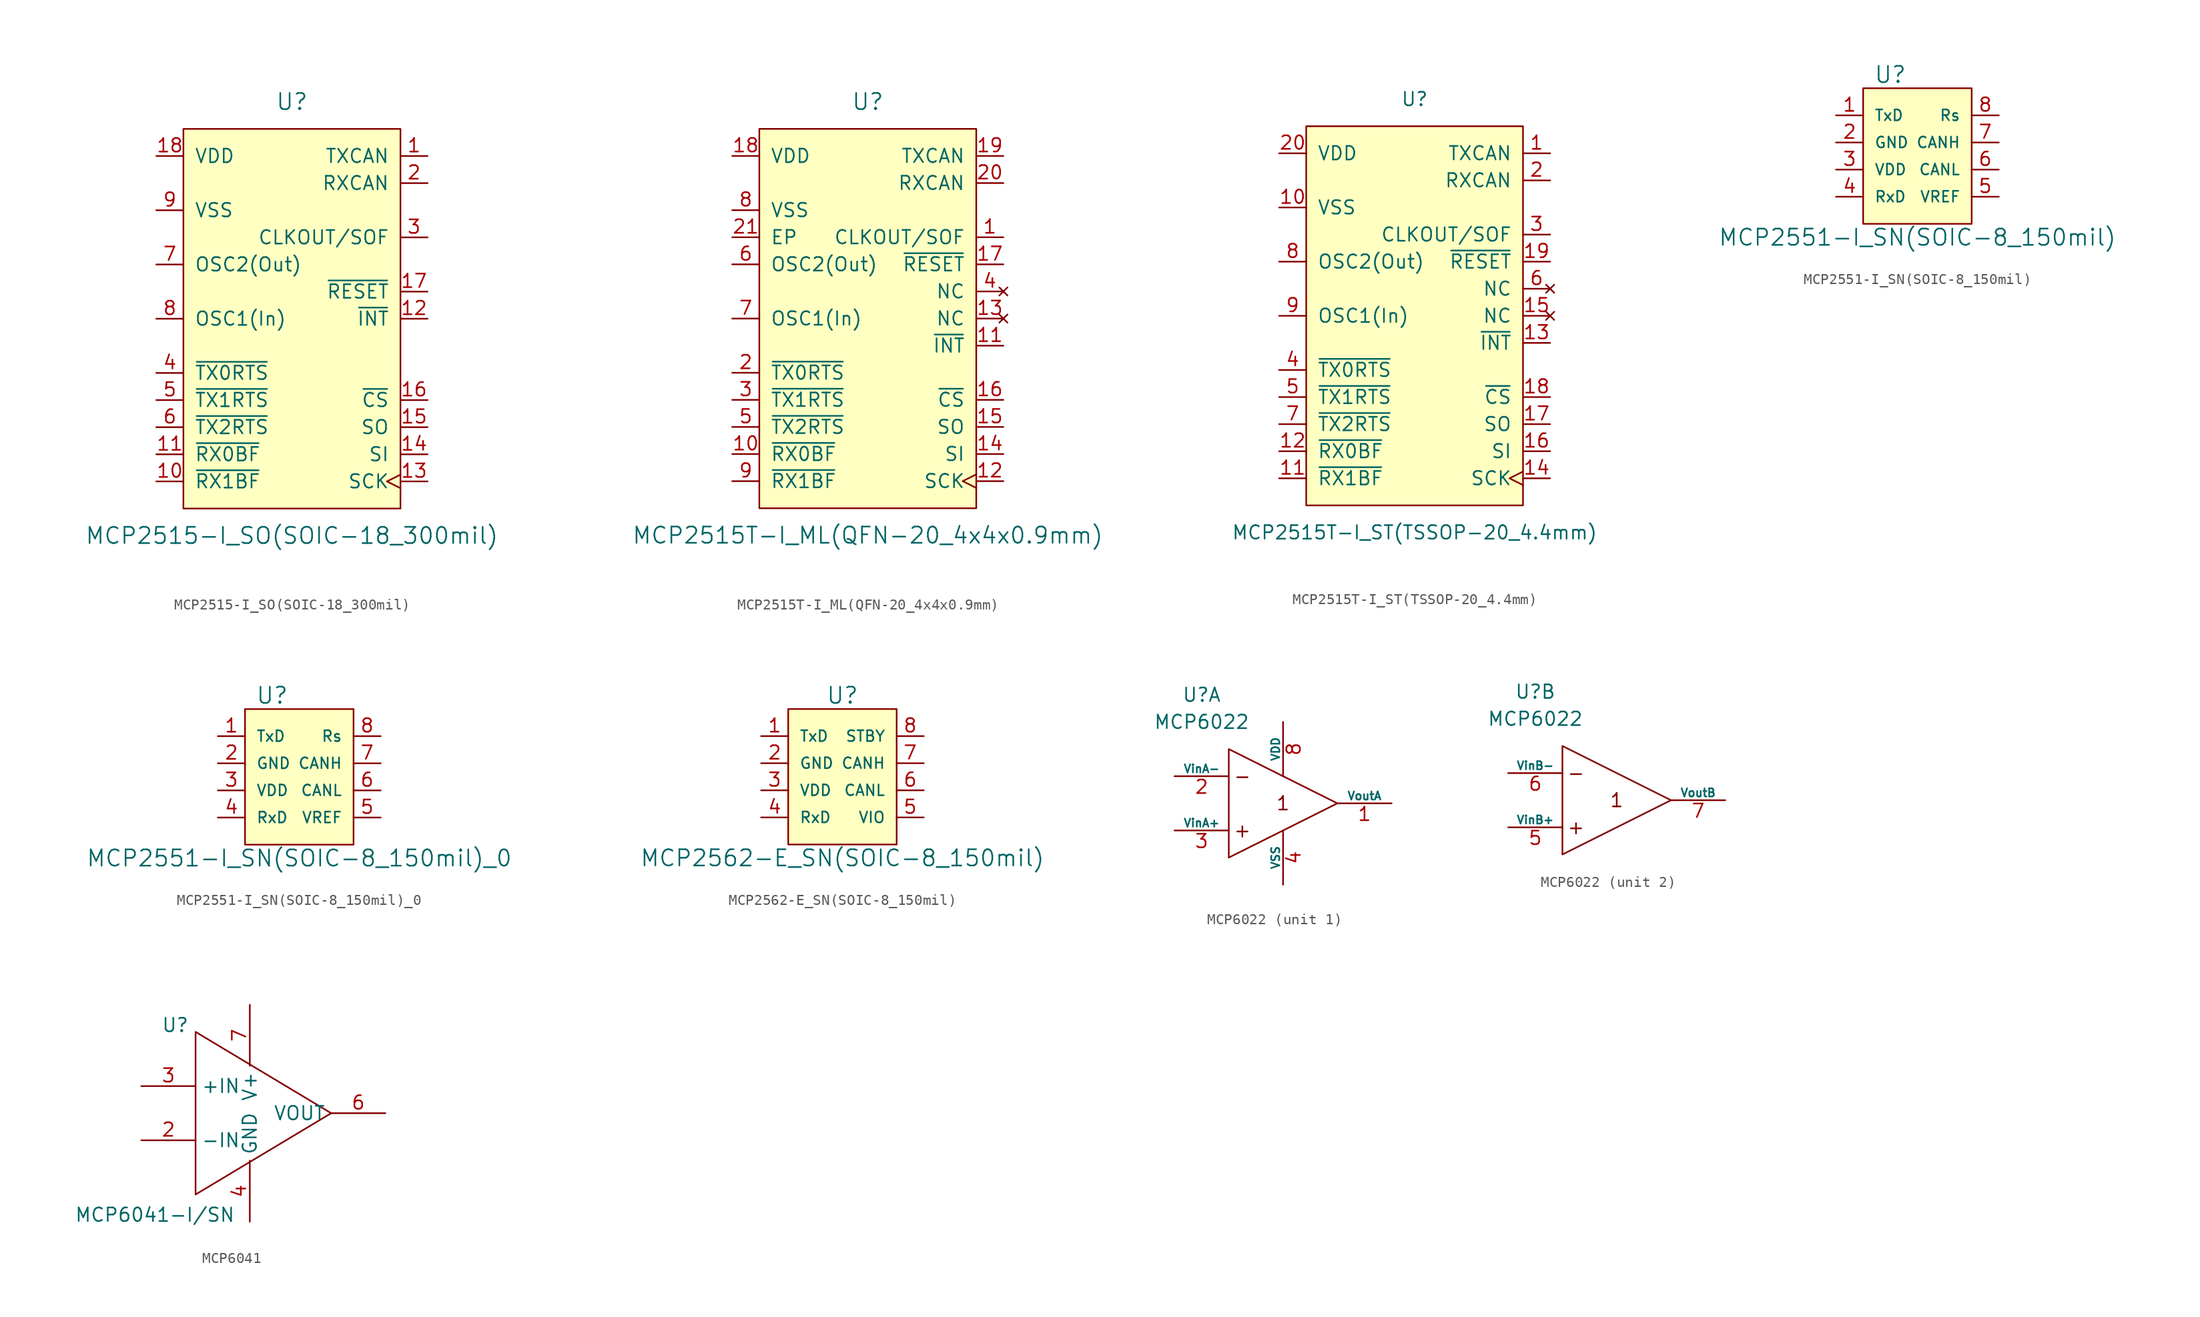
<source format=kicad_sym>
(kicad_symbol_lib
  (version 20220914)
  (generator kicad_symbol_editor)
  (symbol "MCP2515-I_SO(SOIC-18_300mil)"
    (pin_names
      (offset 1.016))
    (property "Reference" "U"
      (at 0 20.32 0)
      (effects (font (size 1.524 1.524))))
    (property "Value" "MCP2515-I_SO(SOIC-18_300mil)"
      (at 0 -20.32 0)
      (effects (font (size 1.524 1.524))))
    (symbol "MCP2515-I_SO(SOIC-18_300mil)_0_1"
      (rectangle (start -10.16 17.78) (end 10.16 -17.78) (stroke (width 0) (type solid)) (fill (type background))))
    (symbol "MCP2515-I_SO(SOIC-18_300mil)_1_1"
      (pin output line (at 12.7 15.24 180) (length 2.54) (name "TXCAN" (effects (font (size 1.27 1.27)))) (number "1" (effects (font (size 1.27 1.27)))))
      (pin output line (at -12.7 -15.24 0) (length 2.54) (name "~{RX1BF}" (effects (font (size 1.27 1.27)))) (number "10" (effects (font (size 1.27 1.27)))))
      (pin output line (at -12.7 -12.7 0) (length 2.54) (name "~{RX0BF}" (effects (font (size 1.27 1.27)))) (number "11" (effects (font (size 1.27 1.27)))))
      (pin output line (at 12.7 0 180) (length 2.54) (name "~{INT}" (effects (font (size 1.27 1.27)))) (number "12" (effects (font (size 1.27 1.27)))))
      (pin input clock (at 12.7 -15.24 180) (length 2.54) (name "SCK" (effects (font (size 1.27 1.27)))) (number "13" (effects (font (size 1.27 1.27)))))
      (pin input line (at 12.7 -12.7 180) (length 2.54) (name "SI" (effects (font (size 1.27 1.27)))) (number "14" (effects (font (size 1.27 1.27)))))
      (pin output line (at 12.7 -10.16 180) (length 2.54) (name "SO" (effects (font (size 1.27 1.27)))) (number "15" (effects (font (size 1.27 1.27)))))
      (pin input line (at 12.7 -7.62 180) (length 2.54) (name "~{CS}" (effects (font (size 1.27 1.27)))) (number "16" (effects (font (size 1.27 1.27)))))
      (pin input line (at 12.7 2.54 180) (length 2.54) (name "~{RESET}" (effects (font (size 1.27 1.27)))) (number "17" (effects (font (size 1.27 1.27)))))
      (pin power_in line (at -12.7 15.24 0) (length 2.54) (name "VDD" (effects (font (size 1.27 1.27)))) (number "18" (effects (font (size 1.27 1.27)))))
      (pin input line (at 12.7 12.7 180) (length 2.54) (name "RXCAN" (effects (font (size 1.27 1.27)))) (number "2" (effects (font (size 1.27 1.27)))))
      (pin output line (at 12.7 7.62 180) (length 2.54) (name "CLKOUT/SOF" (effects (font (size 1.27 1.27)))) (number "3" (effects (font (size 1.27 1.27)))))
      (pin input line (at -12.7 -5.08 0) (length 2.54) (name "~{TX0RTS}" (effects (font (size 1.27 1.27)))) (number "4" (effects (font (size 1.27 1.27)))))
      (pin input line (at -12.7 -7.62 0) (length 2.54) (name "~{TX1RTS}" (effects (font (size 1.27 1.27)))) (number "5" (effects (font (size 1.27 1.27)))))
      (pin input line (at -12.7 -10.16 0) (length 2.54) (name "~{TX2RTS}" (effects (font (size 1.27 1.27)))) (number "6" (effects (font (size 1.27 1.27)))))
      (pin output line (at -12.7 5.08 0) (length 2.54) (name "OSC2(Out)" (effects (font (size 1.27 1.27)))) (number "7" (effects (font (size 1.27 1.27)))))
      (pin input line (at -12.7 0 0) (length 2.54) (name "OSC1(In)" (effects (font (size 1.27 1.27)))) (number "8" (effects (font (size 1.27 1.27)))))
      (pin power_in line (at -12.7 10.16 0) (length 2.54) (name "VSS" (effects (font (size 1.27 1.27)))) (number "9" (effects (font (size 1.27 1.27)))))))
  (symbol "MCP2515T-I_ML(QFN-20_4x4x0.9mm)"
    (pin_names
      (offset 1.016))
    (property "Reference" "U"
      (at 0 20.32 0)
      (effects (font (size 1.524 1.524))))
    (property "Value" "MCP2515T-I_ML(QFN-20_4x4x0.9mm)"
      (at 0 -20.32 0)
      (effects (font (size 1.524 1.524))))
    (symbol "MCP2515T-I_ML(QFN-20_4x4x0.9mm)_1_1"
      (rectangle (start -10.16 17.78) (end 10.16 -17.78) (stroke (width 0) (type solid)) (fill (type background)))
      (pin output line (at 12.7 7.62 180) (length 2.54) (name "CLKOUT/SOF" (effects (font (size 1.27 1.27)))) (number "1" (effects (font (size 1.27 1.27)))))
      (pin output line (at -12.7 -12.7 0) (length 2.54) (name "~{RX0BF}" (effects (font (size 1.27 1.27)))) (number "10" (effects (font (size 1.27 1.27)))))
      (pin output line (at 12.7 -2.54 180) (length 2.54) (name "~{INT}" (effects (font (size 1.27 1.27)))) (number "11" (effects (font (size 1.27 1.27)))))
      (pin input clock (at 12.7 -15.24 180) (length 2.54) (name "SCK" (effects (font (size 1.27 1.27)))) (number "12" (effects (font (size 1.27 1.27)))))
      (pin no_connect line (at 12.7 0 180) (length 2.54) (name "NC" (effects (font (size 1.27 1.27)))) (number "13" (effects (font (size 1.27 1.27)))))
      (pin input line (at 12.7 -12.7 180) (length 2.54) (name "SI" (effects (font (size 1.27 1.27)))) (number "14" (effects (font (size 1.27 1.27)))))
      (pin output line (at 12.7 -10.16 180) (length 2.54) (name "SO" (effects (font (size 1.27 1.27)))) (number "15" (effects (font (size 1.27 1.27)))))
      (pin input line (at 12.7 -7.62 180) (length 2.54) (name "~{CS}" (effects (font (size 1.27 1.27)))) (number "16" (effects (font (size 1.27 1.27)))))
      (pin input line (at 12.7 5.08 180) (length 2.54) (name "~{RESET}" (effects (font (size 1.27 1.27)))) (number "17" (effects (font (size 1.27 1.27)))))
      (pin power_in line (at -12.7 15.24 0) (length 2.54) (name "VDD" (effects (font (size 1.27 1.27)))) (number "18" (effects (font (size 1.27 1.27)))))
      (pin output line (at 12.7 15.24 180) (length 2.54) (name "TXCAN" (effects (font (size 1.27 1.27)))) (number "19" (effects (font (size 1.27 1.27)))))
      (pin input line (at -12.7 -5.08 0) (length 2.54) (name "~{TX0RTS}" (effects (font (size 1.27 1.27)))) (number "2" (effects (font (size 1.27 1.27)))))
      (pin input line (at 12.7 12.7 180) (length 2.54) (name "RXCAN" (effects (font (size 1.27 1.27)))) (number "20" (effects (font (size 1.27 1.27)))))
      (pin input line (at -12.7 7.62 0) (length 2.54) (name "EP" (effects (font (size 1.27 1.27)))) (number "21" (effects (font (size 1.27 1.27)))))
      (pin input line (at -12.7 -7.62 0) (length 2.54) (name "~{TX1RTS}" (effects (font (size 1.27 1.27)))) (number "3" (effects (font (size 1.27 1.27)))))
      (pin no_connect line (at 12.7 2.54 180) (length 2.54) (name "NC" (effects (font (size 1.27 1.27)))) (number "4" (effects (font (size 1.27 1.27)))))
      (pin input line (at -12.7 -10.16 0) (length 2.54) (name "~{TX2RTS}" (effects (font (size 1.27 1.27)))) (number "5" (effects (font (size 1.27 1.27)))))
      (pin output line (at -12.7 5.08 0) (length 2.54) (name "OSC2(Out)" (effects (font (size 1.27 1.27)))) (number "6" (effects (font (size 1.27 1.27)))))
      (pin input line (at -12.7 0 0) (length 2.54) (name "OSC1(In)" (effects (font (size 1.27 1.27)))) (number "7" (effects (font (size 1.27 1.27)))))
      (pin power_in line (at -12.7 10.16 0) (length 2.54) (name "VSS" (effects (font (size 1.27 1.27)))) (number "8" (effects (font (size 1.27 1.27)))))
      (pin output line (at -12.7 -15.24 0) (length 2.54) (name "~{RX1BF}" (effects (font (size 1.27 1.27)))) (number "9" (effects (font (size 1.27 1.27)))))))
  (symbol "MCP2515T-I_ST(TSSOP-20_4.4mm)"
    (pin_names
      (offset 1.016))
    (property "Reference" "U"
      (at 0 20.32 0)
      (effects (font (size 1.27 1.27))))
    (property "Value" "MCP2515T-I_ST(TSSOP-20_4.4mm)"
      (at 0 -20.32 0)
      (effects (font (size 1.27 1.27))))
    (symbol "MCP2515T-I_ST(TSSOP-20_4.4mm)_1_1"
      (rectangle (start -10.16 17.78) (end 10.16 -17.78) (stroke (width 0) (type solid)) (fill (type background)))
      (pin output line (at 12.7 15.24 180) (length 2.54) (name "TXCAN" (effects (font (size 1.27 1.27)))) (number "1" (effects (font (size 1.27 1.27)))))
      (pin power_in line (at -12.7 10.16 0) (length 2.54) (name "VSS" (effects (font (size 1.27 1.27)))) (number "10" (effects (font (size 1.27 1.27)))))
      (pin output line (at -12.7 -15.24 0) (length 2.54) (name "~{RX1BF}" (effects (font (size 1.27 1.27)))) (number "11" (effects (font (size 1.27 1.27)))))
      (pin output line (at -12.7 -12.7 0) (length 2.54) (name "~{RX0BF}" (effects (font (size 1.27 1.27)))) (number "12" (effects (font (size 1.27 1.27)))))
      (pin output line (at 12.7 -2.54 180) (length 2.54) (name "~{INT}" (effects (font (size 1.27 1.27)))) (number "13" (effects (font (size 1.27 1.27)))))
      (pin input clock (at 12.7 -15.24 180) (length 2.54) (name "SCK" (effects (font (size 1.27 1.27)))) (number "14" (effects (font (size 1.27 1.27)))))
      (pin no_connect line (at 12.7 0 180) (length 2.54) (name "NC" (effects (font (size 1.27 1.27)))) (number "15" (effects (font (size 1.27 1.27)))))
      (pin input line (at 12.7 -12.7 180) (length 2.54) (name "SI" (effects (font (size 1.27 1.27)))) (number "16" (effects (font (size 1.27 1.27)))))
      (pin output line (at 12.7 -10.16 180) (length 2.54) (name "SO" (effects (font (size 1.27 1.27)))) (number "17" (effects (font (size 1.27 1.27)))))
      (pin input line (at 12.7 -7.62 180) (length 2.54) (name "~{CS}" (effects (font (size 1.27 1.27)))) (number "18" (effects (font (size 1.27 1.27)))))
      (pin input line (at 12.7 5.08 180) (length 2.54) (name "~{RESET}" (effects (font (size 1.27 1.27)))) (number "19" (effects (font (size 1.27 1.27)))))
      (pin input line (at 12.7 12.7 180) (length 2.54) (name "RXCAN" (effects (font (size 1.27 1.27)))) (number "2" (effects (font (size 1.27 1.27)))))
      (pin power_in line (at -12.7 15.24 0) (length 2.54) (name "VDD" (effects (font (size 1.27 1.27)))) (number "20" (effects (font (size 1.27 1.27)))))
      (pin output line (at 12.7 7.62 180) (length 2.54) (name "CLKOUT/SOF" (effects (font (size 1.27 1.27)))) (number "3" (effects (font (size 1.27 1.27)))))
      (pin input line (at -12.7 -5.08 0) (length 2.54) (name "~{TX0RTS}" (effects (font (size 1.27 1.27)))) (number "4" (effects (font (size 1.27 1.27)))))
      (pin input line (at -12.7 -7.62 0) (length 2.54) (name "~{TX1RTS}" (effects (font (size 1.27 1.27)))) (number "5" (effects (font (size 1.27 1.27)))))
      (pin no_connect line (at 12.7 2.54 180) (length 2.54) (name "NC" (effects (font (size 1.27 1.27)))) (number "6" (effects (font (size 1.27 1.27)))))
      (pin input line (at -12.7 -10.16 0) (length 2.54) (name "~{TX2RTS}" (effects (font (size 1.27 1.27)))) (number "7" (effects (font (size 1.27 1.27)))))
      (pin output line (at -12.7 5.08 0) (length 2.54) (name "OSC2(Out)" (effects (font (size 1.27 1.27)))) (number "8" (effects (font (size 1.27 1.27)))))
      (pin input line (at -12.7 0 0) (length 2.54) (name "OSC1(In)" (effects (font (size 1.27 1.27)))) (number "9" (effects (font (size 1.27 1.27)))))))
  (symbol "MCP2551-I_SN(SOIC-8_150mil)"
    (pin_names
      (offset 1.016))
    (property "Reference" "U"
      (at -2.54 6.35 0)
      (effects (font (size 1.524 1.524))))
    (property "Value" "MCP2551-I_SN(SOIC-8_150mil)"
      (at 0 -8.89 0)
      (effects (font (size 1.524 1.524))))
    (property "Footprint" ""
      (at 0 0 0)
      (effects (font (size 1.524 1.524))))
    (property "Datasheet" ""
      (at 0 0 0)
      (effects (font (size 1.524 1.524))))
    (symbol "MCP2551-I_SN(SOIC-8_150mil)_0_1"
      (rectangle (start -5.08 5.08) (end 5.08 -7.62) (stroke (width 0) (type solid)) (fill (type background))))
    (symbol "MCP2551-I_SN(SOIC-8_150mil)_1_1"
      (pin input line (at -7.62 2.54 0) (length 2.54) (name "TxD" (effects (font (size 1.016 1.016)))) (number "1" (effects (font (size 1.27 1.27)))))
      (pin power_in line (at -7.62 0 0) (length 2.54) (name "GND" (effects (font (size 1.016 1.016)))) (number "2" (effects (font (size 1.27 1.27)))))
      (pin power_in line (at -7.62 -2.54 0) (length 2.54) (name "VDD" (effects (font (size 1.016 1.016)))) (number "3" (effects (font (size 1.27 1.27)))))
      (pin output line (at -7.62 -5.08 0) (length 2.54) (name "RxD" (effects (font (size 1.016 1.016)))) (number "4" (effects (font (size 1.27 1.27)))))
      (pin output line (at 7.62 -5.08 180) (length 2.54) (name "VREF" (effects (font (size 1.016 1.016)))) (number "5" (effects (font (size 1.27 1.27)))))
      (pin bidirectional line (at 7.62 -2.54 180) (length 2.54) (name "CANL" (effects (font (size 1.016 1.016)))) (number "6" (effects (font (size 1.27 1.27)))))
      (pin bidirectional line (at 7.62 0 180) (length 2.54) (name "CANH" (effects (font (size 1.016 1.016)))) (number "7" (effects (font (size 1.27 1.27)))))
      (pin input line (at 7.62 2.54 180) (length 2.54) (name "Rs" (effects (font (size 1.016 1.016)))) (number "8" (effects (font (size 1.27 1.27)))))))
  (symbol "MCP2551-I_SN(SOIC-8_150mil)_0"
    (pin_names
      (offset 1.016))
    (property "Reference" "U"
      (at -2.54 6.35 0)
      (effects (font (size 1.524 1.524))))
    (property "Value" "MCP2551-I_SN(SOIC-8_150mil)_0"
      (at 0 -8.89 0)
      (effects (font (size 1.524 1.524))))
    (property "Footprint" ""
      (at 0 0 0)
      (effects (font (size 1.524 1.524))))
    (property "Datasheet" ""
      (at 0 0 0)
      (effects (font (size 1.524 1.524))))
    (symbol "MCP2551-I_SN(SOIC-8_150mil)_0_0_1"
      (rectangle (start -5.08 5.08) (end 5.08 -7.62) (stroke (width 0) (type solid)) (fill (type background))))
    (symbol "MCP2551-I_SN(SOIC-8_150mil)_0_1_1"
      (pin input line (at -7.62 2.54 0) (length 2.54) (name "TxD" (effects (font (size 1.016 1.016)))) (number "1" (effects (font (size 1.27 1.27)))))
      (pin power_in line (at -7.62 0 0) (length 2.54) (name "GND" (effects (font (size 1.016 1.016)))) (number "2" (effects (font (size 1.27 1.27)))))
      (pin power_in line (at -7.62 -2.54 0) (length 2.54) (name "VDD" (effects (font (size 1.016 1.016)))) (number "3" (effects (font (size 1.27 1.27)))))
      (pin output line (at -7.62 -5.08 0) (length 2.54) (name "RxD" (effects (font (size 1.016 1.016)))) (number "4" (effects (font (size 1.27 1.27)))))
      (pin output line (at 7.62 -5.08 180) (length 2.54) (name "VREF" (effects (font (size 1.016 1.016)))) (number "5" (effects (font (size 1.27 1.27)))))
      (pin bidirectional line (at 7.62 -2.54 180) (length 2.54) (name "CANL" (effects (font (size 1.016 1.016)))) (number "6" (effects (font (size 1.27 1.27)))))
      (pin bidirectional line (at 7.62 0 180) (length 2.54) (name "CANH" (effects (font (size 1.016 1.016)))) (number "7" (effects (font (size 1.27 1.27)))))
      (pin input line (at 7.62 2.54 180) (length 2.54) (name "Rs" (effects (font (size 1.016 1.016)))) (number "8" (effects (font (size 1.27 1.27)))))))
  (symbol "MCP2562-E_SN(SOIC-8_150mil)"
    (pin_names
      (offset 1.016))
    (property "Reference" "U"
      (at 0 6.35 0)
      (effects (font (size 1.524 1.524))))
    (property "Value" "MCP2562-E_SN(SOIC-8_150mil)"
      (at 0 -8.89 0)
      (effects (font (size 1.524 1.524))))
    (symbol "MCP2562-E_SN(SOIC-8_150mil)_1_1"
      (rectangle (start -5.08 5.08) (end 5.08 -7.62) (stroke (width 0) (type solid)) (fill (type background)))
      (pin input line (at -7.62 2.54 0) (length 2.54) (name "TxD" (effects (font (size 1.016 1.016)))) (number "1" (effects (font (size 1.27 1.27)))))
      (pin power_in line (at -7.62 0 0) (length 2.54) (name "GND" (effects (font (size 1.016 1.016)))) (number "2" (effects (font (size 1.27 1.27)))))
      (pin power_in line (at -7.62 -2.54 0) (length 2.54) (name "VDD" (effects (font (size 1.016 1.016)))) (number "3" (effects (font (size 1.27 1.27)))))
      (pin output line (at -7.62 -5.08 0) (length 2.54) (name "RxD" (effects (font (size 1.016 1.016)))) (number "4" (effects (font (size 1.27 1.27)))))
      (pin power_in line (at 7.62 -5.08 180) (length 2.54) (name "VIO" (effects (font (size 1.016 1.016)))) (number "5" (effects (font (size 1.27 1.27)))))
      (pin bidirectional line (at 7.62 -2.54 180) (length 2.54) (name "CANL" (effects (font (size 1.016 1.016)))) (number "6" (effects (font (size 1.27 1.27)))))
      (pin bidirectional line (at 7.62 0 180) (length 2.54) (name "CANH" (effects (font (size 1.016 1.016)))) (number "7" (effects (font (size 1.27 1.27)))))
      (pin input line (at 7.62 2.54 180) (length 2.54) (name "STBY" (effects (font (size 1.016 1.016)))) (number "8" (effects (font (size 1.27 1.27)))))))
  (symbol "MCP6022"
    (pin_names
      (offset 0))
    (property "Reference" "U"
      (at -7.62 10.16 0)
      (effects (font (size 1.27 1.27))))
    (property "Value" "MCP6022"
      (at -7.62 7.62 0)
      (effects (font (size 1.27 1.27))))
    (property "ki_locked" ""
      (at 0 0 0)
      (effects (font (size 1.27 1.27))))
    (symbol "MCP6022_0_0"
      (text "+" (at -3.81 -2.54 0) (effects (font (size 1.27 1.27))))
      (text "-" (at -3.81 2.54 0) (effects (font (size 1.27 1.27))))
      (text "1" (at 0 0 0) (effects (font (size 1.27 1.27)))))
    (symbol "MCP6022_0_1"
      (polyline (pts (xy -5.08 5.08) (xy -5.08 -5.08) (xy 5.08 0) (xy -5.08 5.08)) (stroke (width 0) (type solid)) (fill (type none))))
    (symbol "MCP6022_1_1"
      (pin output line (at 10.16 0 180) (length 5.08) (name "VoutA" (effects (font (size 0.762 0.762)))) (number "1" (effects (font (size 1.27 1.27)))))
      (pin input line (at -10.16 2.54 0) (length 5.08) (name "VinA-" (effects (font (size 0.762 0.762)))) (number "2" (effects (font (size 1.27 1.27)))))
      (pin input line (at -10.16 -2.54 0) (length 5.08) (name "VinA+" (effects (font (size 0.762 0.762)))) (number "3" (effects (font (size 1.27 1.27)))))
      (pin power_in line (at 0 -7.62 90) (length 5.08) (name "VSS" (effects (font (size 0.762 0.762)))) (number "4" (effects (font (size 1.27 1.27)))))
      (pin power_in line (at 0 7.62 270) (length 5.08) (name "VDD" (effects (font (size 0.762 0.762)))) (number "8" (effects (font (size 1.27 1.27))))))
    (symbol "MCP6022_2_1"
      (pin input line (at -10.16 -2.54 0) (length 5.08) (name "VinB+" (effects (font (size 0.762 0.762)))) (number "5" (effects (font (size 1.27 1.27)))))
      (pin input line (at -10.16 2.54 0) (length 5.08) (name "VinB-" (effects (font (size 0.762 0.762)))) (number "6" (effects (font (size 1.27 1.27)))))
      (pin output line (at 10.16 0 180) (length 5.08) (name "VoutB" (effects (font (size 0.762 0.762)))) (number "7" (effects (font (size 1.27 1.27)))))))
  (symbol "MCP6041"
    (property "Reference" "U"
      (at -6.985 8.255 0)
      (effects (font (size 1.27 1.27))))
    (property "Value" "MCP6041-I/SN"
      (at -8.89 -9.525 0)
      (effects (font (size 1.27 1.27))))
    (symbol "MCP6041_0_1"
      (polyline (pts (xy -5.08 7.62) (xy -5.08 -7.62) (xy 7.62 0) (xy -5.08 7.62)) (stroke (width 0) (type solid)) (fill (type none))))
    (symbol "MCP6041_1_1"
      (pin input line (at -10.16 -2.54 0) (length 5.08) (name "-IN" (effects (font (size 1.27 1.27)))) (number "2" (effects (font (size 1.27 1.27)))))
      (pin input line (at -10.16 2.54 0) (length 5.08) (name "+IN" (effects (font (size 1.27 1.27)))) (number "3" (effects (font (size 1.27 1.27)))))
      (pin power_in line (at 0 -10.16 90) (length 5.715) (name "GND" (effects (font (size 1.27 1.27)))) (number "4" (effects (font (size 1.27 1.27)))))
      (pin output line (at 12.7 0 180) (length 5.08) (name "VOUT" (effects (font (size 1.27 1.27)))) (number "6" (effects (font (size 1.27 1.27)))))
      (pin power_in line (at 0 10.16 270) (length 5.715) (name "V+" (effects (font (size 1.27 1.27)))) (number "7" (effects (font (size 1.27 1.27))))))))
</source>
